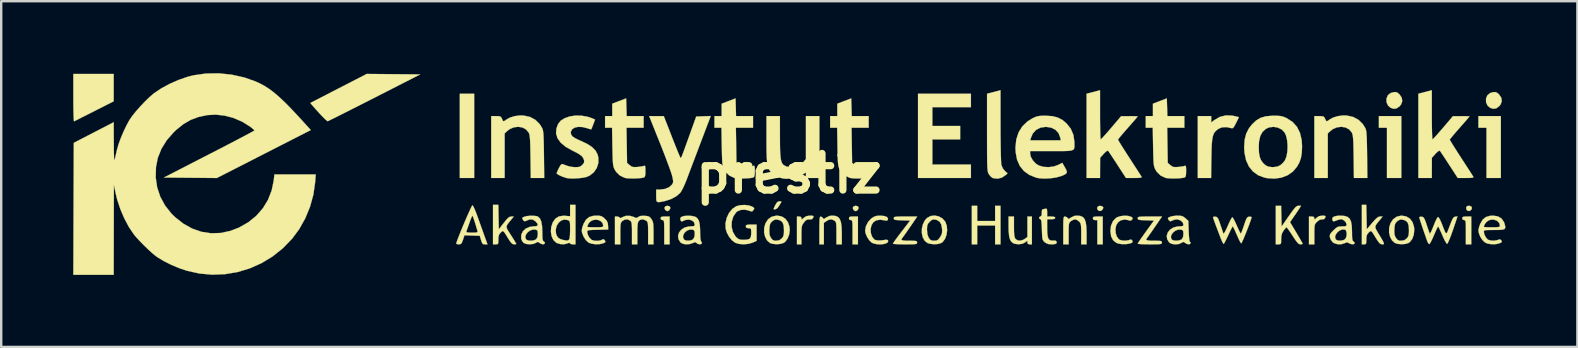
<source format=kicad_pcb>
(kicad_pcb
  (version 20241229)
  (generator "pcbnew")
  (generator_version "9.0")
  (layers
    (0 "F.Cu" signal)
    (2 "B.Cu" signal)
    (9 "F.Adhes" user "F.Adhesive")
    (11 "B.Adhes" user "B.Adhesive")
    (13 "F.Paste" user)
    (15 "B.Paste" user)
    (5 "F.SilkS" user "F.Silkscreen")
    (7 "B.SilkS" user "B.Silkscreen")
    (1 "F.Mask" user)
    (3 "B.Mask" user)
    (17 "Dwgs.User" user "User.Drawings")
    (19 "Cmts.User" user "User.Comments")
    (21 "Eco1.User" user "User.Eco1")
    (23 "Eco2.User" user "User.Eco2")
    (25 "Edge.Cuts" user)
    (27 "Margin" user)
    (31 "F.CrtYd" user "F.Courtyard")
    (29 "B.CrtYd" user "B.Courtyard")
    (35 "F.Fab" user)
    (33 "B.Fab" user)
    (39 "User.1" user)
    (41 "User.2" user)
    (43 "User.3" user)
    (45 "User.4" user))
  (footprint "prestiz"
    (layer "F.Cu")
    (at 29.813 4.177)
    (property "Reference" "prestiz" (at 0 0 0) (layer "F.SilkS") (effects (font (size 1.524 1.524) (thickness 0.3))))
    (attr through_hole)
    (fp_poly (pts (xy -13.111 0.187) (xy -13.709 0.187) (xy -13.709 -3.324) (xy -13.111 -3.324) (xy -13.111 0.187)) (stroke (width 0.01) (type solid)) (fill yes) (layer "F.SilkS"))
    (fp_poly (pts (xy 25.512 0.187) (xy 24.914 0.187) (xy 24.914 -1.905) (xy 24.578 -1.905) (xy 24.578 -2.391) (xy 25.512 -2.391) (xy 25.512 0.187)) (stroke (width 0.01) (type solid)) (fill yes) (layer "F.SilkS"))
    (fp_poly (pts (xy 29.658 0.187) (xy 29.061 0.187) (xy 29.061 -1.905) (xy 28.724 -1.905) (xy 28.724 -2.391) (xy 29.658 -2.391) (xy 29.658 0.187)) (stroke (width 0.01) (type solid)) (fill yes) (layer "F.SilkS"))
    (fp_poly (pts (xy -4.981 1.364) (xy -4.944 1.401) (xy -4.949 1.476) (xy -4.999 1.543) (xy -5.061 1.569) (xy -5.123 1.543) (xy -5.154 1.513) (xy -5.185 1.435) (xy -5.152 1.372) (xy -5.066 1.345) (xy -5.061 1.345) (xy -4.981 1.364)) (stroke (width 0.01) (type solid)) (fill yes) (layer "F.SilkS"))
    (fp_poly (pts (xy 2.863 1.364) (xy 2.9 1.401) (xy 2.895 1.476) (xy 2.845 1.543) (xy 2.783 1.569) (xy 2.721 1.543) (xy 2.69 1.513) (xy 2.66 1.435) (xy 2.693 1.372) (xy 2.778 1.345) (xy 2.783 1.345) (xy 2.863 1.364)) (stroke (width 0.01) (type solid)) (fill yes) (layer "F.SilkS"))
    (fp_poly (pts (xy 13.074 2.951) (xy 12.849 2.951) (xy 12.849 1.942) (xy 12.756 1.942) (xy 12.683 1.925) (xy 12.663 1.868) (xy 12.672 1.824) (xy 12.71 1.802) (xy 12.796 1.794) (xy 12.868 1.793) (xy 13.074 1.793) (xy 13.074 2.951)) (stroke (width 0.01) (type solid)) (fill yes) (layer "F.SilkS"))
    (fp_poly (pts (xy 28.421 1.37) (xy 28.455 1.433) (xy 28.427 1.512) (xy 28.425 1.513) (xy 28.35 1.563) (xy 28.272 1.556) (xy 28.221 1.497) (xy 28.22 1.494) (xy 28.214 1.402) (xy 28.268 1.354) (xy 28.336 1.345) (xy 28.421 1.37)) (stroke (width 0.01) (type solid)) (fill yes) (layer "F.SilkS"))
    (fp_poly (pts (xy 7.583 -2.764) (xy 5.976 -2.764) (xy 5.976 -1.98) (xy 7.134 -1.98) (xy 7.134 -1.419) (xy 5.976 -1.419) (xy 5.976 -0.374) (xy 7.583 -0.374) (xy 7.583 0.187) (xy 5.379 0.187) (xy 5.379 -3.324) (xy 7.583 -3.324) (xy 7.583 -2.764)) (stroke (width 0.01) (type solid)) (fill yes) (layer "F.SilkS"))
    (fp_poly (pts (xy 7.844 1.98) (xy 8.591 1.98) (xy 8.591 1.345) (xy 8.815 1.345) (xy 8.815 2.951) (xy 8.591 2.951) (xy 8.591 2.166) (xy 7.844 2.166) (xy 7.844 2.951) (xy 7.62 2.951) (xy 7.62 1.345) (xy 7.844 1.345) (xy 7.844 1.98)) (stroke (width 0.01) (type solid)) (fill yes) (layer "F.SilkS"))
    (fp_poly (pts (xy 13.052 1.369) (xy 13.068 1.378) (xy 13.099 1.419) (xy 13.077 1.487) (xy 13.076 1.489) (xy 13.009 1.555) (xy 12.928 1.562) (xy 12.859 1.511) (xy 12.852 1.5) (xy 12.84 1.422) (xy 12.883 1.367) (xy 12.96 1.346) (xy 13.052 1.369)) (stroke (width 0.01) (type solid)) (fill yes) (layer "F.SilkS"))
    (fp_poly (pts (xy -0.321 1.163) (xy -0.316 1.193) (xy -0.345 1.242) (xy -0.41 1.343) (xy -0.452 1.41) (xy -0.503 1.462) (xy -0.569 1.493) (xy -0.621 1.496) (xy -0.635 1.474) (xy -0.619 1.431) (xy -0.58 1.347) (xy -0.56 1.306) (xy -0.498 1.207) (xy -0.434 1.164) (xy -0.387 1.158) (xy -0.321 1.163)) (stroke (width 0.01) (type solid)) (fill yes) (layer "F.SilkS"))
    (fp_poly (pts (xy -28.127 -3.577) (xy -28.127 -3.007) (xy -28.939 -2.596) (xy -29.165 -2.481) (xy -29.37 -2.378) (xy -29.543 -2.291) (xy -29.675 -2.224) (xy -29.757 -2.183) (xy -29.779 -2.173) (xy -29.786 -2.205) (xy -29.793 -2.303) (xy -29.799 -2.456) (xy -29.804 -2.655) (xy -29.807 -2.891) (xy -29.808 -3.153) (xy -29.808 -4.146) (xy -28.127 -4.146) (xy -28.127 -3.577)) (stroke (width 0.01) (type solid)) (fill yes) (layer "F.SilkS"))
    (fp_poly (pts (xy -4.968 2.951) (xy -5.192 2.951) (xy -5.192 2.447) (xy -5.193 2.244) (xy -5.196 2.104) (xy -5.203 2.016) (xy -5.215 1.967) (xy -5.236 1.947) (xy -5.265 1.942) (xy -5.267 1.942) (xy -5.329 1.916) (xy -5.341 1.868) (xy -5.332 1.823) (xy -5.29 1.8) (xy -5.198 1.793) (xy -5.155 1.793) (xy -4.968 1.793) (xy -4.968 2.951)) (stroke (width 0.01) (type solid)) (fill yes) (layer "F.SilkS"))
    (fp_poly (pts (xy 2.876 2.951) (xy 2.652 2.951) (xy 2.652 2.447) (xy 2.651 2.244) (xy 2.649 2.104) (xy 2.642 2.016) (xy 2.629 1.967) (xy 2.608 1.947) (xy 2.579 1.942) (xy 2.577 1.942) (xy 2.515 1.916) (xy 2.503 1.868) (xy 2.512 1.823) (xy 2.554 1.8) (xy 2.646 1.793) (xy 2.689 1.793) (xy 2.876 1.793) (xy 2.876 2.951)) (stroke (width 0.01) (type solid)) (fill yes) (layer "F.SilkS"))
    (fp_poly (pts (xy 25.359 -3.362) (xy 25.436 -3.295) (xy 25.53 -3.158) (xy 25.552 -3.014) (xy 25.501 -2.874) (xy 25.44 -2.799) (xy 25.316 -2.711) (xy 25.186 -2.696) (xy 25.064 -2.738) (xy 24.958 -2.83) (xy 24.897 -2.964) (xy 24.893 -3.116) (xy 24.893 -3.117) (xy 24.951 -3.258) (xy 25.063 -3.349) (xy 25.188 -3.387) (xy 25.284 -3.392) (xy 25.359 -3.362)) (stroke (width 0.01) (type solid)) (fill yes) (layer "F.SilkS"))
    (fp_poly (pts (xy 28.426 2.951) (xy 28.201 2.951) (xy 28.201 2.447) (xy 28.201 2.244) (xy 28.198 2.104) (xy 28.191 2.016) (xy 28.178 1.967) (xy 28.158 1.947) (xy 28.128 1.942) (xy 28.127 1.942) (xy 28.064 1.916) (xy 28.052 1.868) (xy 28.062 1.823) (xy 28.104 1.8) (xy 28.196 1.793) (xy 28.239 1.793) (xy 28.426 1.793) (xy 28.426 2.951)) (stroke (width 0.01) (type solid)) (fill yes) (layer "F.SilkS"))
    (fp_poly (pts (xy 29.505 -3.362) (xy 29.582 -3.295) (xy 29.676 -3.158) (xy 29.698 -3.014) (xy 29.647 -2.874) (xy 29.586 -2.799) (xy 29.462 -2.711) (xy 29.332 -2.696) (xy 29.21 -2.738) (xy 29.104 -2.83) (xy 29.043 -2.964) (xy 29.039 -3.116) (xy 29.039 -3.117) (xy 29.097 -3.258) (xy 29.209 -3.349) (xy 29.334 -3.387) (xy 29.431 -3.392) (xy 29.505 -3.362)) (stroke (width 0.01) (type solid)) (fill yes) (layer "F.SilkS"))
    (fp_poly (pts (xy 18.473 -2.41) (xy 18.583 -2.387) (xy 18.747 -2.346) (xy 18.628 -2.105) (xy 18.562 -1.978) (xy 18.514 -1.909) (xy 18.473 -1.884) (xy 18.434 -1.889) (xy 18.229 -1.932) (xy 18.041 -1.922) (xy 17.895 -1.861) (xy 17.811 -1.798) (xy 17.745 -1.731) (xy 17.695 -1.65) (xy 17.659 -1.545) (xy 17.634 -1.407) (xy 17.617 -1.224) (xy 17.607 -0.989) (xy 17.601 -0.689) (xy 17.6 -0.644) (xy 17.588 0.187) (xy 17.033 0.187) (xy 17.033 -2.391) (xy 17.593 -2.391) (xy 17.593 -2.125) (xy 17.724 -2.225) (xy 17.954 -2.358) (xy 18.203 -2.42) (xy 18.473 -2.41)) (stroke (width 0.01) (type solid)) (fill yes) (layer "F.SilkS"))
    (fp_poly (pts (xy -15.36 -4.128) (xy -17.265 -3.156) (xy -17.616 -2.978) (xy -17.947 -2.81) (xy -18.253 -2.655) (xy -18.527 -2.517) (xy -18.764 -2.398) (xy -18.957 -2.302) (xy -19.1 -2.231) (xy -19.187 -2.189) (xy -19.213 -2.178) (xy -19.252 -2.202) (xy -19.33 -2.272) (xy -19.437 -2.379) (xy -19.562 -2.511) (xy -19.598 -2.552) (xy -19.722 -2.69) (xy -19.825 -2.806) (xy -19.898 -2.891) (xy -19.933 -2.934) (xy -19.934 -2.937) (xy -19.901 -2.954) (xy -19.808 -3.002) (xy -19.665 -3.077) (xy -19.477 -3.173) (xy -19.253 -3.289) (xy -19.001 -3.419) (xy -18.757 -3.545) (xy -17.586 -4.147) (xy -15.36 -4.128)) (stroke (width 0.01) (type solid)) (fill yes) (layer "F.SilkS"))
    (fp_poly (pts (xy 0.981 1.759) (xy 1.022 1.775) (xy 1.021 1.814) (xy 1.012 1.84) (xy 0.967 1.902) (xy 0.884 1.915) (xy 0.873 1.914) (xy 0.786 1.914) (xy 0.721 1.942) (xy 0.651 2.011) (xy 0.606 2.069) (xy 0.568 2.126) (xy 0.543 2.192) (xy 0.53 2.283) (xy 0.524 2.417) (xy 0.523 2.564) (xy 0.523 2.951) (xy 0.336 2.951) (xy 0.336 1.793) (xy 0.43 1.793) (xy 0.503 1.811) (xy 0.523 1.866) (xy 0.528 1.909) (xy 0.553 1.907) (xy 0.614 1.854) (xy 0.622 1.847) (xy 0.726 1.779) (xy 0.859 1.756) (xy 0.882 1.756) (xy 0.981 1.759)) (stroke (width 0.01) (type solid)) (fill yes) (layer "F.SilkS"))
    (fp_poly (pts (xy 9.376 2.214) (xy 9.378 2.419) (xy 9.388 2.562) (xy 9.406 2.657) (xy 9.433 2.718) (xy 9.434 2.718) (xy 9.522 2.786) (xy 9.643 2.798) (xy 9.776 2.756) (xy 9.827 2.724) (xy 9.936 2.647) (xy 9.936 1.793) (xy 10.123 1.793) (xy 10.123 2.951) (xy 10.029 2.951) (xy 9.956 2.934) (xy 9.936 2.874) (xy 9.936 2.796) (xy 9.837 2.873) (xy 9.716 2.93) (xy 9.562 2.949) (xy 9.408 2.928) (xy 9.35 2.906) (xy 9.268 2.845) (xy 9.211 2.747) (xy 9.174 2.602) (xy 9.155 2.4) (xy 9.151 2.208) (xy 9.151 1.793) (xy 9.376 1.793) (xy 9.376 2.214)) (stroke (width 0.01) (type solid)) (fill yes) (layer "F.SilkS"))
    (fp_poly (pts (xy 22.316 1.759) (xy 22.352 1.778) (xy 22.347 1.823) (xy 22.341 1.84) (xy 22.295 1.903) (xy 22.211 1.912) (xy 22.211 1.912) (xy 22.113 1.927) (xy 22.009 2.004) (xy 22.001 2.011) (xy 21.952 2.063) (xy 21.92 2.111) (xy 21.901 2.173) (xy 21.892 2.265) (xy 21.889 2.403) (xy 21.889 2.537) (xy 21.889 2.951) (xy 21.665 2.951) (xy 21.665 1.793) (xy 21.777 1.793) (xy 21.859 1.805) (xy 21.888 1.849) (xy 21.889 1.866) (xy 21.894 1.91) (xy 21.919 1.905) (xy 21.979 1.849) (xy 21.981 1.847) (xy 22.085 1.777) (xy 22.22 1.756) (xy 22.222 1.756) (xy 22.316 1.759)) (stroke (width 0.01) (type solid)) (fill yes) (layer "F.SilkS"))
    (fp_poly (pts (xy 1.94 1.768) (xy 2.044 1.812) (xy 2.118 1.894) (xy 2.167 2.024) (xy 2.194 2.21) (xy 2.204 2.459) (xy 2.204 2.52) (xy 2.204 2.951) (xy 1.98 2.951) (xy 1.98 2.486) (xy 1.979 2.292) (xy 1.975 2.158) (xy 1.966 2.071) (xy 1.949 2.018) (xy 1.923 1.984) (xy 1.897 1.963) (xy 1.781 1.911) (xy 1.666 1.925) (xy 1.565 1.982) (xy 1.457 2.059) (xy 1.457 2.951) (xy 1.27 2.951) (xy 1.27 2.372) (xy 1.271 2.147) (xy 1.275 1.988) (xy 1.282 1.882) (xy 1.294 1.822) (xy 1.312 1.796) (xy 1.324 1.793) (xy 1.386 1.822) (xy 1.413 1.855) (xy 1.443 1.892) (xy 1.482 1.886) (xy 1.551 1.836) (xy 1.695 1.768) (xy 1.8 1.756) (xy 1.94 1.768)) (stroke (width 0.01) (type solid)) (fill yes) (layer "F.SilkS"))
    (fp_poly (pts (xy 8.816 -1.986) (xy 8.817 -1.654) (xy 8.82 -1.341) (xy 8.824 -1.055) (xy 8.829 -0.805) (xy 8.835 -0.601) (xy 8.842 -0.451) (xy 8.85 -0.365) (xy 8.852 -0.355) (xy 8.911 -0.213) (xy 8.997 -0.106) (xy 9.108 -0.007) (xy 9.027 0.069) (xy 8.867 0.174) (xy 8.688 0.217) (xy 8.511 0.194) (xy 8.489 0.186) (xy 8.414 0.132) (xy 8.339 0.044) (xy 8.33 0.029) (xy 8.312 -0.003) (xy 8.297 -0.04) (xy 8.285 -0.089) (xy 8.276 -0.157) (xy 8.268 -0.25) (xy 8.263 -0.377) (xy 8.259 -0.543) (xy 8.257 -0.757) (xy 8.256 -1.025) (xy 8.255 -1.354) (xy 8.255 -1.707) (xy 8.255 -3.322) (xy 8.414 -3.363) (xy 8.546 -3.397) (xy 8.673 -3.43) (xy 8.694 -3.436) (xy 8.815 -3.468) (xy 8.816 -1.986)) (stroke (width 0.01) (type solid)) (fill yes) (layer "F.SilkS"))
    (fp_poly (pts (xy 3.972 1.771) (xy 4.081 1.811) (xy 4.129 1.873) (xy 4.123 1.922) (xy 4.087 1.965) (xy 4.014 1.96) (xy 4.001 1.956) (xy 3.808 1.925) (xy 3.643 1.951) (xy 3.524 2.025) (xy 3.443 2.15) (xy 3.406 2.305) (xy 3.412 2.468) (xy 3.458 2.618) (xy 3.542 2.733) (xy 3.59 2.766) (xy 3.699 2.791) (xy 3.875 2.784) (xy 4.051 2.758) (xy 4.119 2.774) (xy 4.138 2.811) (xy 4.118 2.87) (xy 4.041 2.914) (xy 3.926 2.943) (xy 3.788 2.953) (xy 3.646 2.943) (xy 3.517 2.911) (xy 3.451 2.88) (xy 3.351 2.787) (xy 3.261 2.651) (xy 3.197 2.501) (xy 3.175 2.38) (xy 3.208 2.199) (xy 3.297 2.023) (xy 3.426 1.88) (xy 3.448 1.864) (xy 3.557 1.796) (xy 3.664 1.764) (xy 3.806 1.757) (xy 3.972 1.771)) (stroke (width 0.01) (type solid)) (fill yes) (layer "F.SilkS"))
    (fp_poly (pts (xy 14.133 1.767) (xy 14.258 1.804) (xy 14.26 1.805) (xy 14.317 1.848) (xy 14.313 1.893) (xy 14.296 1.918) (xy 14.25 1.961) (xy 14.187 1.959) (xy 14.137 1.942) (xy 13.976 1.917) (xy 13.82 1.955) (xy 13.709 2.035) (xy 13.635 2.159) (xy 13.604 2.312) (xy 13.612 2.474) (xy 13.657 2.621) (xy 13.738 2.733) (xy 13.781 2.763) (xy 13.89 2.794) (xy 14.027 2.799) (xy 14.154 2.78) (xy 14.195 2.764) (xy 14.259 2.748) (xy 14.304 2.798) (xy 14.32 2.85) (xy 14.286 2.886) (xy 14.225 2.91) (xy 14.055 2.944) (xy 13.866 2.944) (xy 13.695 2.91) (xy 13.641 2.888) (xy 13.508 2.783) (xy 13.425 2.624) (xy 13.394 2.409) (xy 13.393 2.391) (xy 13.419 2.173) (xy 13.497 1.991) (xy 13.621 1.857) (xy 13.672 1.824) (xy 13.808 1.778) (xy 13.972 1.758) (xy 14.133 1.767)) (stroke (width 0.01) (type solid)) (fill yes) (layer "F.SilkS"))
    (fp_poly (pts (xy 12.137 1.768) (xy 12.241 1.812) (xy 12.316 1.894) (xy 12.364 2.024) (xy 12.391 2.21) (xy 12.401 2.459) (xy 12.401 2.52) (xy 12.401 2.951) (xy 12.177 2.951) (xy 12.177 2.52) (xy 12.176 2.333) (xy 12.171 2.205) (xy 12.16 2.121) (xy 12.14 2.064) (xy 12.108 2.02) (xy 12.085 1.997) (xy 11.978 1.921) (xy 11.871 1.916) (xy 11.753 1.982) (xy 11.753 1.982) (xy 11.711 2.018) (xy 11.683 2.057) (xy 11.666 2.114) (xy 11.658 2.203) (xy 11.655 2.34) (xy 11.654 2.505) (xy 11.654 2.951) (xy 11.43 2.951) (xy 11.43 2.372) (xy 11.43 2.152) (xy 11.433 1.997) (xy 11.439 1.894) (xy 11.449 1.833) (xy 11.465 1.803) (xy 11.489 1.794) (xy 11.503 1.793) (xy 11.581 1.822) (xy 11.611 1.855) (xy 11.64 1.892) (xy 11.679 1.886) (xy 11.748 1.836) (xy 11.892 1.768) (xy 11.998 1.756) (xy 12.137 1.768)) (stroke (width 0.01) (type solid)) (fill yes) (layer "F.SilkS"))
    (fp_poly (pts (xy 24.074 2.324) (xy 24.298 2.059) (xy 24.414 1.927) (xy 24.5 1.846) (xy 24.568 1.805) (xy 24.628 1.794) (xy 24.734 1.793) (xy 24.609 1.946) (xy 24.51 2.067) (xy 24.45 2.153) (xy 24.429 2.223) (xy 24.445 2.298) (xy 24.498 2.399) (xy 24.584 2.541) (xy 24.684 2.709) (xy 24.75 2.824) (xy 24.783 2.895) (xy 24.788 2.933) (xy 24.767 2.948) (xy 24.724 2.951) (xy 24.713 2.951) (xy 24.652 2.938) (xy 24.594 2.892) (xy 24.524 2.799) (xy 24.476 2.724) (xy 24.38 2.568) (xy 24.315 2.467) (xy 24.27 2.413) (xy 24.236 2.398) (xy 24.204 2.414) (xy 24.162 2.453) (xy 24.152 2.462) (xy 24.092 2.532) (xy 24.063 2.615) (xy 24.055 2.739) (xy 24.055 2.752) (xy 24.053 2.867) (xy 24.039 2.926) (xy 24.006 2.948) (xy 23.962 2.951) (xy 23.869 2.951) (xy 23.869 1.307) (xy 24.053 1.307) (xy 24.074 2.324)) (stroke (width 0.01) (type solid)) (fill yes) (layer "F.SilkS"))
    (fp_poly (pts (xy -0.373 -1.541) (xy -0.372 -1.221) (xy -0.367 -0.968) (xy -0.356 -0.771) (xy -0.341 -0.623) (xy -0.318 -0.513) (xy -0.286 -0.434) (xy -0.246 -0.377) (xy -0.225 -0.356) (xy -0.101 -0.289) (xy 0.061 -0.267) (xy 0.238 -0.286) (xy 0.411 -0.343) (xy 0.559 -0.435) (xy 0.615 -0.491) (xy 0.71 -0.603) (xy 0.71 -2.391) (xy 1.27 -2.391) (xy 1.27 0.187) (xy 0.71 0.187) (xy 0.71 -0.043) (xy 0.586 0.033) (xy 0.446 0.099) (xy 0.265 0.159) (xy 0.075 0.203) (xy -0.088 0.222) (xy -0.111 0.222) (xy -0.233 0.208) (xy -0.372 0.178) (xy -0.407 0.168) (xy -0.541 0.107) (xy -0.67 0.019) (xy -0.695 -0.003) (xy -0.762 -0.074) (xy -0.815 -0.148) (xy -0.856 -0.234) (xy -0.887 -0.342) (xy -0.908 -0.48) (xy -0.922 -0.659) (xy -0.93 -0.887) (xy -0.933 -1.173) (xy -0.934 -1.426) (xy -0.934 -2.391) (xy -0.374 -2.391) (xy -0.373 -1.541)) (stroke (width 0.01) (type solid)) (fill yes) (layer "F.SilkS"))
    (fp_poly (pts (xy -12.094 1.817) (xy -12.084 2.326) (xy -11.878 2.061) (xy -11.771 1.928) (xy -11.692 1.847) (xy -11.629 1.806) (xy -11.567 1.794) (xy -11.567 1.794) (xy -11.461 1.793) (xy -11.586 1.946) (xy -11.681 2.061) (xy -11.74 2.144) (xy -11.763 2.213) (xy -11.749 2.286) (xy -11.699 2.381) (xy -11.612 2.517) (xy -11.578 2.57) (xy -11.488 2.711) (xy -11.416 2.828) (xy -11.369 2.907) (xy -11.355 2.934) (xy -11.387 2.947) (xy -11.449 2.951) (xy -11.509 2.937) (xy -11.569 2.886) (xy -11.643 2.786) (xy -11.682 2.724) (xy -11.778 2.568) (xy -11.843 2.467) (xy -11.888 2.413) (xy -11.921 2.398) (xy -11.954 2.414) (xy -11.996 2.453) (xy -12.006 2.462) (xy -12.065 2.532) (xy -12.094 2.615) (xy -12.102 2.739) (xy -12.102 2.752) (xy -12.104 2.867) (xy -12.118 2.926) (xy -12.152 2.948) (xy -12.214 2.951) (xy -12.326 2.951) (xy -12.326 1.307) (xy -12.104 1.307) (xy -12.094 1.817)) (stroke (width 0.01) (type solid)) (fill yes) (layer "F.SilkS"))
    (fp_poly (pts (xy -11.049 -2.414) (xy -10.783 -2.355) (xy -10.561 -2.236) (xy -10.381 -2.056) (xy -10.286 -1.905) (xy -10.264 -1.858) (xy -10.247 -1.801) (xy -10.234 -1.724) (xy -10.225 -1.617) (xy -10.217 -1.472) (xy -10.212 -1.278) (xy -10.207 -1.026) (xy -10.204 -0.794) (xy -10.193 0.187) (xy -10.752 0.187) (xy -10.764 -0.7) (xy -10.769 -0.989) (xy -10.774 -1.212) (xy -10.781 -1.381) (xy -10.791 -1.504) (xy -10.803 -1.593) (xy -10.82 -1.657) (xy -10.841 -1.706) (xy -10.842 -1.708) (xy -10.952 -1.837) (xy -11.102 -1.917) (xy -11.276 -1.945) (xy -11.459 -1.922) (xy -11.634 -1.846) (xy -11.738 -1.765) (xy -11.841 -1.667) (xy -11.841 0.187) (xy -12.401 0.187) (xy -12.401 -2.391) (xy -12.2 -2.391) (xy -12.082 -2.387) (xy -12.015 -2.37) (xy -11.977 -2.329) (xy -11.953 -2.279) (xy -11.915 -2.197) (xy -11.88 -2.174) (xy -11.823 -2.205) (xy -11.776 -2.242) (xy -11.619 -2.329) (xy -11.419 -2.39) (xy -11.202 -2.418) (xy -11.049 -2.414)) (stroke (width 0.01) (type solid)) (fill yes) (layer "F.SilkS"))
    (fp_poly (pts (xy -6.769 -2.759) (xy -6.758 -2.391) (xy -6.051 -2.391) (xy -6.051 -1.905) (xy -6.765 -1.905) (xy -6.742 -0.442) (xy -6.633 -0.348) (xy -6.558 -0.293) (xy -6.482 -0.268) (xy -6.376 -0.267) (xy -6.315 -0.271) (xy -6.187 -0.286) (xy -6.082 -0.304) (xy -6.042 -0.316) (xy -6.007 -0.324) (xy -5.987 -0.298) (xy -5.978 -0.226) (xy -5.976 -0.101) (xy -5.98 0.036) (xy -5.995 0.117) (xy -6.024 0.157) (xy -6.042 0.167) (xy -6.136 0.187) (xy -6.279 0.201) (xy -6.447 0.207) (xy -6.613 0.206) (xy -6.754 0.197) (xy -6.834 0.183) (xy -7.04 0.085) (xy -7.196 -0.066) (xy -7.256 -0.162) (xy -7.283 -0.219) (xy -7.304 -0.28) (xy -7.32 -0.356) (xy -7.331 -0.459) (xy -7.339 -0.6) (xy -7.345 -0.789) (xy -7.35 -1.039) (xy -7.352 -1.111) (xy -7.366 -1.905) (xy -7.657 -1.905) (xy -7.657 -2.391) (xy -7.359 -2.391) (xy -7.359 -2.907) (xy -7.069 -3.018) (xy -6.78 -3.128) (xy -6.769 -2.759)) (stroke (width 0.01) (type solid)) (fill yes) (layer "F.SilkS"))
    (fp_poly (pts (xy -2.212 -2.759) (xy -2.201 -2.391) (xy -1.494 -2.391) (xy -1.494 -1.905) (xy -2.208 -1.905) (xy -2.185 -0.442) (xy -2.076 -0.348) (xy -2.001 -0.293) (xy -1.925 -0.268) (xy -1.819 -0.267) (xy -1.758 -0.271) (xy -1.63 -0.286) (xy -1.525 -0.304) (xy -1.485 -0.316) (xy -1.45 -0.324) (xy -1.43 -0.298) (xy -1.421 -0.226) (xy -1.419 -0.101) (xy -1.423 0.036) (xy -1.438 0.117) (xy -1.467 0.157) (xy -1.485 0.167) (xy -1.579 0.187) (xy -1.722 0.201) (xy -1.889 0.207) (xy -2.056 0.206) (xy -2.197 0.197) (xy -2.277 0.183) (xy -2.483 0.085) (xy -2.639 -0.066) (xy -2.698 -0.162) (xy -2.726 -0.219) (xy -2.747 -0.28) (xy -2.763 -0.356) (xy -2.774 -0.459) (xy -2.782 -0.6) (xy -2.788 -0.789) (xy -2.793 -1.039) (xy -2.795 -1.111) (xy -2.809 -1.905) (xy -3.1 -1.905) (xy -3.1 -2.391) (xy -2.801 -2.391) (xy -2.801 -2.907) (xy -2.512 -3.018) (xy -2.223 -3.128) (xy -2.212 -2.759)) (stroke (width 0.01) (type solid)) (fill yes) (layer "F.SilkS"))
    (fp_poly (pts (xy 2.607 -2.759) (xy 2.617 -2.391) (xy 3.324 -2.391) (xy 3.324 -1.905) (xy 2.61 -1.905) (xy 2.633 -0.442) (xy 2.743 -0.348) (xy 2.818 -0.293) (xy 2.893 -0.268) (xy 3 -0.267) (xy 3.06 -0.271) (xy 3.189 -0.286) (xy 3.293 -0.304) (xy 3.334 -0.316) (xy 3.369 -0.324) (xy 3.389 -0.298) (xy 3.397 -0.226) (xy 3.399 -0.101) (xy 3.395 0.036) (xy 3.381 0.117) (xy 3.352 0.157) (xy 3.334 0.167) (xy 3.24 0.187) (xy 3.097 0.201) (xy 2.929 0.207) (xy 2.762 0.206) (xy 2.621 0.197) (xy 2.541 0.183) (xy 2.335 0.085) (xy 2.18 -0.066) (xy 2.12 -0.162) (xy 2.092 -0.219) (xy 2.072 -0.28) (xy 2.056 -0.356) (xy 2.045 -0.459) (xy 2.037 -0.6) (xy 2.03 -0.789) (xy 2.025 -1.039) (xy 2.024 -1.111) (xy 2.01 -1.905) (xy 1.718 -1.905) (xy 1.718 -2.391) (xy 2.017 -2.391) (xy 2.017 -2.907) (xy 2.307 -3.018) (xy 2.596 -3.128) (xy 2.607 -2.759)) (stroke (width 0.01) (type solid)) (fill yes) (layer "F.SilkS"))
    (fp_poly (pts (xy 15.755 -2.759) (xy 15.766 -2.391) (xy 16.473 -2.391) (xy 16.473 -1.905) (xy 15.759 -1.905) (xy 15.782 -0.442) (xy 15.891 -0.348) (xy 15.966 -0.293) (xy 16.041 -0.268) (xy 16.148 -0.267) (xy 16.209 -0.271) (xy 16.337 -0.286) (xy 16.441 -0.304) (xy 16.482 -0.316) (xy 16.517 -0.324) (xy 16.537 -0.298) (xy 16.546 -0.226) (xy 16.547 -0.101) (xy 16.543 0.036) (xy 16.529 0.117) (xy 16.5 0.157) (xy 16.482 0.167) (xy 16.388 0.187) (xy 16.245 0.201) (xy 16.077 0.207) (xy 15.911 0.206) (xy 15.77 0.197) (xy 15.69 0.183) (xy 15.484 0.085) (xy 15.328 -0.066) (xy 15.268 -0.162) (xy 15.241 -0.219) (xy 15.22 -0.28) (xy 15.204 -0.356) (xy 15.193 -0.459) (xy 15.185 -0.6) (xy 15.179 -0.789) (xy 15.173 -1.039) (xy 15.172 -1.111) (xy 15.158 -1.905) (xy 14.866 -1.905) (xy 14.866 -2.391) (xy 15.165 -2.391) (xy 15.165 -2.907) (xy 15.455 -3.018) (xy 15.744 -3.128) (xy 15.755 -2.759)) (stroke (width 0.01) (type solid)) (fill yes) (layer "F.SilkS"))
    (fp_poly (pts (xy 23.241 -2.414) (xy 23.507 -2.355) (xy 23.729 -2.236) (xy 23.909 -2.056) (xy 24.004 -1.905) (xy 24.026 -1.858) (xy 24.043 -1.801) (xy 24.056 -1.724) (xy 24.065 -1.617) (xy 24.073 -1.472) (xy 24.078 -1.278) (xy 24.083 -1.026) (xy 24.086 -0.794) (xy 24.097 0.187) (xy 23.538 0.187) (xy 23.526 -0.7) (xy 23.521 -0.989) (xy 23.516 -1.212) (xy 23.509 -1.381) (xy 23.499 -1.504) (xy 23.487 -1.593) (xy 23.47 -1.657) (xy 23.449 -1.706) (xy 23.448 -1.708) (xy 23.338 -1.837) (xy 23.188 -1.917) (xy 23.014 -1.945) (xy 22.831 -1.922) (xy 22.656 -1.846) (xy 22.552 -1.765) (xy 22.449 -1.667) (xy 22.449 0.187) (xy 21.889 0.187) (xy 21.889 -2.391) (xy 22.09 -2.391) (xy 22.208 -2.387) (xy 22.275 -2.37) (xy 22.313 -2.329) (xy 22.337 -2.279) (xy 22.375 -2.197) (xy 22.41 -2.174) (xy 22.467 -2.205) (xy 22.514 -2.242) (xy 22.671 -2.329) (xy 22.871 -2.39) (xy 23.088 -2.418) (xy 23.241 -2.414)) (stroke (width 0.01) (type solid)) (fill yes) (layer "F.SilkS"))
    (fp_poly (pts (xy 5.058 2.213) (xy 4.947 2.373) (xy 4.849 2.514) (xy 4.771 2.622) (xy 4.724 2.686) (xy 4.719 2.692) (xy 4.689 2.74) (xy 4.701 2.772) (xy 4.764 2.791) (xy 4.886 2.8) (xy 5.03 2.801) (xy 5.183 2.803) (xy 5.275 2.81) (xy 5.323 2.825) (xy 5.34 2.853) (xy 5.341 2.876) (xy 5.337 2.906) (xy 5.318 2.927) (xy 5.27 2.94) (xy 5.184 2.947) (xy 5.047 2.95) (xy 4.847 2.951) (xy 4.837 2.951) (xy 4.653 2.949) (xy 4.499 2.944) (xy 4.389 2.936) (xy 4.336 2.926) (xy 4.333 2.923) (xy 4.355 2.885) (xy 4.415 2.799) (xy 4.505 2.675) (xy 4.618 2.525) (xy 4.692 2.428) (xy 5.05 1.961) (xy 4.71 1.95) (xy 4.549 1.944) (xy 4.448 1.934) (xy 4.395 1.919) (xy 4.373 1.893) (xy 4.37 1.866) (xy 4.375 1.836) (xy 4.396 1.816) (xy 4.445 1.803) (xy 4.536 1.796) (xy 4.678 1.793) (xy 4.858 1.793) (xy 5.346 1.793) (xy 5.058 2.213)) (stroke (width 0.01) (type solid)) (fill yes) (layer "F.SilkS"))
    (fp_poly (pts (xy 15.255 2.213) (xy 15.145 2.373) (xy 15.046 2.514) (xy 14.969 2.622) (xy 14.922 2.686) (xy 14.916 2.692) (xy 14.886 2.74) (xy 14.898 2.772) (xy 14.961 2.791) (xy 15.083 2.8) (xy 15.228 2.801) (xy 15.38 2.803) (xy 15.473 2.81) (xy 15.52 2.825) (xy 15.537 2.853) (xy 15.539 2.876) (xy 15.535 2.906) (xy 15.515 2.927) (xy 15.468 2.94) (xy 15.381 2.947) (xy 15.244 2.95) (xy 15.044 2.951) (xy 15.035 2.951) (xy 14.85 2.949) (xy 14.696 2.944) (xy 14.586 2.936) (xy 14.534 2.926) (xy 14.531 2.923) (xy 14.552 2.884) (xy 14.61 2.797) (xy 14.697 2.671) (xy 14.805 2.518) (xy 14.87 2.428) (xy 15.207 1.961) (xy 14.869 1.95) (xy 14.708 1.944) (xy 14.608 1.934) (xy 14.554 1.919) (xy 14.533 1.893) (xy 14.53 1.866) (xy 14.535 1.837) (xy 14.555 1.817) (xy 14.604 1.804) (xy 14.692 1.797) (xy 14.831 1.794) (xy 15.034 1.793) (xy 15.543 1.793) (xy 15.255 2.213)) (stroke (width 0.01) (type solid)) (fill yes) (layer "F.SilkS"))
    (fp_poly (pts (xy 20.515 1.776) (xy 20.525 2.207) (xy 20.824 1.777) (xy 20.946 1.604) (xy 21.036 1.484) (xy 21.103 1.407) (xy 21.155 1.365) (xy 21.202 1.348) (xy 21.23 1.346) (xy 21.337 1.345) (xy 21.271 1.447) (xy 21.218 1.529) (xy 21.138 1.647) (xy 21.048 1.778) (xy 21.041 1.788) (xy 20.876 2.026) (xy 21.14 2.467) (xy 21.236 2.629) (xy 21.316 2.767) (xy 21.374 2.87) (xy 21.402 2.924) (xy 21.403 2.929) (xy 21.371 2.945) (xy 21.308 2.951) (xy 21.259 2.941) (xy 21.208 2.905) (xy 21.144 2.831) (xy 21.059 2.711) (xy 20.985 2.596) (xy 20.892 2.455) (xy 20.812 2.34) (xy 20.755 2.265) (xy 20.73 2.241) (xy 20.695 2.269) (xy 20.636 2.34) (xy 20.605 2.383) (xy 20.542 2.495) (xy 20.513 2.613) (xy 20.507 2.738) (xy 20.505 2.858) (xy 20.494 2.922) (xy 20.463 2.946) (xy 20.403 2.951) (xy 20.395 2.951) (xy 20.283 2.951) (xy 20.283 1.345) (xy 20.504 1.345) (xy 20.515 1.776)) (stroke (width 0.01) (type solid)) (fill yes) (layer "F.SilkS"))
    (fp_poly (pts (xy -8.89 2.951) (xy -8.999 2.951) (xy -9.081 2.938) (xy -9.122 2.908) (xy -9.151 2.884) (xy -9.216 2.908) (xy -9.351 2.946) (xy -9.51 2.942) (xy -9.66 2.9) (xy -9.696 2.88) (xy -9.811 2.77) (xy -9.885 2.612) (xy -9.915 2.426) (xy -9.908 2.33) (xy -9.712 2.33) (xy -9.703 2.491) (xy -9.67 2.59) (xy -9.612 2.675) (xy -9.517 2.735) (xy -9.372 2.776) (xy -9.243 2.796) (xy -9.185 2.777) (xy -9.159 2.757) (xy -9.135 2.693) (xy -9.12 2.561) (xy -9.114 2.366) (xy -9.114 2.345) (xy -9.115 2.177) (xy -9.119 2.068) (xy -9.132 2.004) (xy -9.156 1.969) (xy -9.195 1.947) (xy -9.217 1.939) (xy -9.358 1.919) (xy -9.487 1.961) (xy -9.595 2.052) (xy -9.673 2.179) (xy -9.712 2.33) (xy -9.908 2.33) (xy -9.9 2.228) (xy -9.836 2.038) (xy -9.83 2.027) (xy -9.723 1.878) (xy -9.585 1.791) (xy -9.406 1.76) (xy -9.313 1.764) (xy -9.114 1.78) (xy -9.114 1.307) (xy -8.89 1.307) (xy -8.89 2.951)) (stroke (width 0.01) (type solid)) (fill yes) (layer "F.SilkS"))
    (fp_poly (pts (xy -0.298 1.79) (xy -0.148 1.885) (xy -0.038 2.032) (xy 0.025 2.221) (xy 0.037 2.361) (xy 0.012 2.54) (xy -0.052 2.706) (xy -0.144 2.836) (xy -0.219 2.892) (xy -0.358 2.935) (xy -0.527 2.947) (xy -0.691 2.928) (xy -0.793 2.892) (xy -0.91 2.789) (xy -0.991 2.637) (xy -1.029 2.471) (xy -0.815 2.471) (xy -0.798 2.578) (xy -0.757 2.668) (xy -0.75 2.68) (xy -0.684 2.763) (xy -0.607 2.797) (xy -0.53 2.801) (xy -0.4 2.781) (xy -0.299 2.708) (xy -0.296 2.705) (xy -0.246 2.641) (xy -0.219 2.568) (xy -0.207 2.461) (xy -0.205 2.351) (xy -0.218 2.168) (xy -0.26 2.044) (xy -0.341 1.966) (xy -0.466 1.922) (xy -0.47 1.921) (xy -0.571 1.919) (xy -0.662 1.965) (xy -0.692 1.99) (xy -0.753 2.052) (xy -0.787 2.122) (xy -0.805 2.225) (xy -0.812 2.32) (xy -0.815 2.471) (xy -1.029 2.471) (xy -1.033 2.456) (xy -1.029 2.263) (xy -0.978 2.08) (xy -0.869 1.91) (xy -0.72 1.803) (xy -0.529 1.757) (xy -0.479 1.756) (xy -0.298 1.79)) (stroke (width 0.01) (type solid)) (fill yes) (layer "F.SilkS"))
    (fp_poly (pts (xy 6.241 1.787) (xy 6.394 1.871) (xy 6.51 2.001) (xy 6.523 2.025) (xy 6.579 2.19) (xy 6.592 2.376) (xy 6.565 2.561) (xy 6.503 2.726) (xy 6.41 2.851) (xy 6.347 2.896) (xy 6.209 2.937) (xy 6.039 2.948) (xy 5.871 2.927) (xy 5.767 2.892) (xy 5.651 2.796) (xy 5.575 2.653) (xy 5.538 2.481) (xy 5.54 2.341) (xy 5.752 2.341) (xy 5.769 2.531) (xy 5.823 2.674) (xy 5.827 2.68) (xy 5.888 2.761) (xy 5.96 2.795) (xy 6.05 2.801) (xy 6.148 2.794) (xy 6.215 2.759) (xy 6.28 2.68) (xy 6.298 2.653) (xy 6.357 2.551) (xy 6.382 2.457) (xy 6.382 2.335) (xy 6.379 2.295) (xy 6.347 2.121) (xy 6.278 2.006) (xy 6.165 1.938) (xy 6.099 1.92) (xy 6.011 1.914) (xy 5.938 1.945) (xy 5.866 2.01) (xy 5.8 2.085) (xy 5.766 2.16) (xy 5.754 2.264) (xy 5.752 2.341) (xy 5.54 2.341) (xy 5.541 2.295) (xy 5.584 2.113) (xy 5.666 1.951) (xy 5.758 1.85) (xy 5.904 1.772) (xy 6.072 1.752) (xy 6.241 1.787)) (stroke (width 0.01) (type solid)) (fill yes) (layer "F.SilkS"))
    (fp_poly (pts (xy 25.72 1.789) (xy 25.872 1.883) (xy 25.981 2.031) (xy 26.041 2.227) (xy 26.051 2.353) (xy 26.03 2.558) (xy 25.965 2.732) (xy 25.865 2.858) (xy 25.808 2.896) (xy 25.674 2.936) (xy 25.508 2.947) (xy 25.346 2.929) (xy 25.242 2.892) (xy 25.125 2.789) (xy 25.044 2.637) (xy 25.006 2.471) (xy 25.22 2.471) (xy 25.237 2.578) (xy 25.278 2.668) (xy 25.285 2.68) (xy 25.351 2.763) (xy 25.428 2.797) (xy 25.505 2.801) (xy 25.635 2.781) (xy 25.736 2.708) (xy 25.739 2.705) (xy 25.789 2.641) (xy 25.816 2.568) (xy 25.828 2.461) (xy 25.83 2.351) (xy 25.817 2.168) (xy 25.775 2.044) (xy 25.694 1.966) (xy 25.569 1.922) (xy 25.565 1.921) (xy 25.464 1.919) (xy 25.373 1.965) (xy 25.343 1.99) (xy 25.282 2.052) (xy 25.247 2.122) (xy 25.23 2.225) (xy 25.223 2.32) (xy 25.22 2.471) (xy 25.006 2.471) (xy 25.002 2.456) (xy 25.006 2.263) (xy 25.057 2.08) (xy 25.167 1.911) (xy 25.317 1.801) (xy 25.5 1.757) (xy 25.531 1.756) (xy 25.72 1.789)) (stroke (width 0.01) (type solid)) (fill yes) (layer "F.SilkS"))
    (fp_poly (pts (xy 10.749 1.488) (xy 10.757 1.563) (xy 10.758 1.62) (xy 10.758 1.793) (xy 10.926 1.793) (xy 11.037 1.8) (xy 11.087 1.825) (xy 11.094 1.849) (xy 11.072 1.886) (xy 10.997 1.903) (xy 10.926 1.905) (xy 10.758 1.905) (xy 10.758 2.27) (xy 10.764 2.488) (xy 10.784 2.641) (xy 10.824 2.737) (xy 10.887 2.786) (xy 10.977 2.796) (xy 11.004 2.794) (xy 11.109 2.798) (xy 11.149 2.831) (xy 11.156 2.896) (xy 11.108 2.934) (xy 10.999 2.95) (xy 10.944 2.951) (xy 10.803 2.938) (xy 10.699 2.893) (xy 10.657 2.861) (xy 10.612 2.819) (xy 10.582 2.775) (xy 10.563 2.714) (xy 10.551 2.62) (xy 10.544 2.478) (xy 10.54 2.338) (xy 10.532 2.145) (xy 10.522 2.016) (xy 10.508 1.941) (xy 10.487 1.909) (xy 10.474 1.905) (xy 10.428 1.875) (xy 10.421 1.849) (xy 10.451 1.799) (xy 10.477 1.793) (xy 10.516 1.768) (xy 10.533 1.686) (xy 10.534 1.644) (xy 10.54 1.55) (xy 10.555 1.497) (xy 10.562 1.494) (xy 10.617 1.484) (xy 10.674 1.471) (xy 10.725 1.463) (xy 10.749 1.488)) (stroke (width 0.01) (type solid)) (fill yes) (layer "F.SilkS"))
    (fp_poly (pts (xy -1.665 1.332) (xy -1.541 1.375) (xy -1.463 1.421) (xy -1.443 1.459) (xy -1.469 1.511) (xy -1.476 1.521) (xy -1.518 1.571) (xy -1.562 1.582) (xy -1.638 1.557) (xy -1.669 1.545) (xy -1.828 1.508) (xy -1.992 1.517) (xy -2.134 1.569) (xy -2.197 1.618) (xy -2.317 1.796) (xy -2.38 2.002) (xy -2.386 2.219) (xy -2.336 2.429) (xy -2.23 2.612) (xy -2.185 2.661) (xy -2.102 2.728) (xy -2.009 2.758) (xy -1.897 2.764) (xy -1.739 2.756) (xy -1.64 2.724) (xy -1.589 2.656) (xy -1.57 2.541) (xy -1.569 2.483) (xy -1.571 2.366) (xy -1.583 2.305) (xy -1.616 2.282) (xy -1.68 2.279) (xy -1.681 2.279) (xy -1.763 2.267) (xy -1.792 2.223) (xy -1.793 2.204) (xy -1.785 2.162) (xy -1.749 2.14) (xy -1.668 2.13) (xy -1.569 2.129) (xy -1.345 2.129) (xy -1.345 2.805) (xy -1.503 2.877) (xy -1.682 2.931) (xy -1.883 2.95) (xy -2.079 2.934) (xy -2.239 2.884) (xy -2.242 2.882) (xy -2.373 2.781) (xy -2.494 2.63) (xy -2.587 2.457) (xy -2.636 2.292) (xy -2.64 2.065) (xy -2.588 1.843) (xy -2.491 1.64) (xy -2.356 1.475) (xy -2.19 1.363) (xy -2.179 1.359) (xy -2.024 1.32) (xy -1.842 1.311) (xy -1.665 1.332)) (stroke (width 0.01) (type solid)) (fill yes) (layer "F.SilkS"))
    (fp_poly (pts (xy -13.155 1.359) (xy -13.108 1.45) (xy -13.05 1.585) (xy -12.987 1.751) (xy -12.979 1.774) (xy -12.901 1.991) (xy -12.817 2.227) (xy -12.738 2.448) (xy -12.688 2.587) (xy -12.557 2.951) (xy -12.665 2.951) (xy -12.732 2.943) (xy -12.775 2.906) (xy -12.809 2.823) (xy -12.824 2.773) (xy -12.876 2.596) (xy -13.195 2.585) (xy -13.515 2.575) (xy -13.577 2.763) (xy -13.619 2.873) (xy -13.657 2.93) (xy -13.71 2.949) (xy -13.749 2.951) (xy -13.826 2.942) (xy -13.858 2.922) (xy -13.844 2.868) (xy -13.806 2.76) (xy -13.748 2.61) (xy -13.677 2.431) (xy -13.672 2.419) (xy -13.438 2.419) (xy -13.426 2.445) (xy -13.36 2.46) (xy -13.231 2.465) (xy -13.204 2.465) (xy -13.071 2.463) (xy -12.997 2.454) (xy -12.969 2.433) (xy -12.971 2.4) (xy -13.034 2.184) (xy -13.09 2.001) (xy -13.137 1.863) (xy -13.169 1.778) (xy -13.184 1.756) (xy -13.204 1.788) (xy -13.242 1.876) (xy -13.29 2.002) (xy -13.312 2.064) (xy -13.363 2.209) (xy -13.406 2.329) (xy -13.433 2.405) (xy -13.438 2.419) (xy -13.672 2.419) (xy -13.595 2.233) (xy -13.51 2.029) (xy -13.425 1.831) (xy -13.345 1.651) (xy -13.276 1.499) (xy -13.223 1.389) (xy -13.19 1.332) (xy -13.184 1.326) (xy -13.155 1.359)) (stroke (width 0.01) (type solid)) (fill yes) (layer "F.SilkS"))
    (fp_poly (pts (xy -3.686 -1.262) (xy -3.798 -0.965) (xy -3.91 -0.669) (xy -4.017 -0.389) (xy -4.112 -0.136) (xy -4.193 0.077) (xy -4.253 0.237) (xy -4.268 0.277) (xy -4.344 0.463) (xy -4.422 0.63) (xy -4.493 0.757) (xy -4.533 0.812) (xy -4.697 0.953) (xy -4.914 1.068) (xy -5.164 1.149) (xy -5.185 1.153) (xy -5.345 1.186) (xy -5.445 1.195) (xy -5.5 1.172) (xy -5.523 1.108) (xy -5.528 0.995) (xy -5.528 0.934) (xy -5.528 0.672) (xy -5.369 0.67) (xy -5.158 0.642) (xy -4.987 0.57) (xy -4.879 0.473) (xy -4.839 0.412) (xy -4.822 0.353) (xy -4.827 0.27) (xy -4.852 0.141) (xy -4.877 0.05) (xy -4.927 -0.1) (xy -4.998 -0.299) (xy -5.086 -0.535) (xy -5.186 -0.8) (xy -5.297 -1.082) (xy -5.36 -1.241) (xy -5.82 -2.391) (xy -5.515 -2.39) (xy -5.211 -2.39) (xy -4.875 -1.528) (xy -4.782 -1.29) (xy -4.696 -1.076) (xy -4.623 -0.895) (xy -4.565 -0.758) (xy -4.527 -0.673) (xy -4.514 -0.65) (xy -4.505 -0.647) (xy -4.495 -0.654) (xy -4.48 -0.678) (xy -4.458 -0.726) (xy -4.426 -0.807) (xy -4.381 -0.927) (xy -4.321 -1.094) (xy -4.241 -1.315) (xy -4.139 -1.597) (xy -4.116 -1.662) (xy -3.861 -2.372) (xy -3.559 -2.383) (xy -3.256 -2.394) (xy -3.686 -1.262)) (stroke (width 0.01) (type solid)) (fill yes) (layer "F.SilkS"))
    (fp_poly (pts (xy -6.01 1.763) (xy -5.888 1.775) (xy -5.813 1.803) (xy -5.755 1.86) (xy -5.726 1.901) (xy -5.689 1.962) (xy -5.665 2.026) (xy -5.65 2.109) (xy -5.643 2.229) (xy -5.64 2.401) (xy -5.64 2.489) (xy -5.64 2.951) (xy -5.864 2.951) (xy -5.864 2.486) (xy -5.865 2.292) (xy -5.869 2.158) (xy -5.878 2.071) (xy -5.895 2.018) (xy -5.921 1.984) (xy -5.947 1.963) (xy -6.071 1.91) (xy -6.185 1.925) (xy -6.251 1.973) (xy -6.278 2.017) (xy -6.296 2.085) (xy -6.307 2.191) (xy -6.312 2.349) (xy -6.313 2.496) (xy -6.313 2.951) (xy -6.537 2.951) (xy -6.537 2.49) (xy -6.538 2.292) (xy -6.543 2.155) (xy -6.554 2.065) (xy -6.573 2.008) (xy -6.6 1.971) (xy -6.605 1.967) (xy -6.716 1.912) (xy -6.84 1.921) (xy -6.941 1.981) (xy -6.975 2.019) (xy -6.999 2.066) (xy -7.013 2.137) (xy -7.02 2.246) (xy -7.022 2.409) (xy -7.022 2.504) (xy -7.022 2.951) (xy -7.246 2.951) (xy -7.246 1.793) (xy -7.156 1.793) (xy -7.081 1.81) (xy -7.051 1.839) (xy -7.021 1.86) (xy -6.955 1.832) (xy -6.937 1.82) (xy -6.793 1.766) (xy -6.625 1.763) (xy -6.463 1.811) (xy -6.457 1.814) (xy -6.375 1.851) (xy -6.323 1.848) (xy -6.276 1.812) (xy -6.2 1.773) (xy -6.08 1.761) (xy -6.01 1.763)) (stroke (width 0.01) (type solid)) (fill yes) (layer "F.SilkS"))
    (fp_poly (pts (xy 12.961 -2.444) (xy 12.962 -2.176) (xy 12.965 -1.934) (xy 12.969 -1.728) (xy 12.975 -1.567) (xy 12.982 -1.462) (xy 12.989 -1.42) (xy 12.989 -1.42) (xy 13.022 -1.447) (xy 13.094 -1.522) (xy 13.196 -1.636) (xy 13.322 -1.779) (xy 13.428 -1.903) (xy 13.839 -2.386) (xy 14.185 -2.388) (xy 14.335 -2.388) (xy 14.452 -2.385) (xy 14.52 -2.38) (xy 14.53 -2.377) (xy 14.507 -2.346) (xy 14.442 -2.269) (xy 14.343 -2.155) (xy 14.22 -2.014) (xy 14.12 -1.901) (xy 13.983 -1.745) (xy 13.865 -1.608) (xy 13.775 -1.5) (xy 13.721 -1.43) (xy 13.709 -1.41) (xy 13.728 -1.372) (xy 13.783 -1.281) (xy 13.867 -1.145) (xy 13.976 -0.974) (xy 14.102 -0.776) (xy 14.188 -0.644) (xy 14.324 -0.434) (xy 14.448 -0.242) (xy 14.553 -0.08) (xy 14.633 0.044) (xy 14.682 0.121) (xy 14.694 0.14) (xy 14.69 0.163) (xy 14.64 0.177) (xy 14.534 0.185) (xy 14.382 0.187) (xy 14.042 0.187) (xy 13.685 -0.364) (xy 13.567 -0.545) (xy 13.461 -0.705) (xy 13.376 -0.834) (xy 13.317 -0.919) (xy 13.295 -0.949) (xy 13.254 -0.943) (xy 13.181 -0.887) (xy 13.114 -0.819) (xy 12.965 -0.654) (xy 12.961 0.187) (xy 12.401 0.187) (xy 12.401 -3.322) (xy 12.56 -3.363) (xy 12.693 -3.397) (xy 12.819 -3.43) (xy 12.84 -3.436) (xy 12.961 -3.468) (xy 12.961 -2.444)) (stroke (width 0.01) (type solid)) (fill yes) (layer "F.SilkS"))
    (fp_poly (pts (xy 26.782 -2.444) (xy 26.783 -2.176) (xy 26.786 -1.934) (xy 26.79 -1.728) (xy 26.796 -1.567) (xy 26.802 -1.462) (xy 26.809 -1.42) (xy 26.81 -1.42) (xy 26.842 -1.447) (xy 26.914 -1.522) (xy 27.017 -1.636) (xy 27.142 -1.779) (xy 27.249 -1.903) (xy 27.66 -2.386) (xy 28.005 -2.388) (xy 28.156 -2.388) (xy 28.273 -2.385) (xy 28.341 -2.38) (xy 28.351 -2.377) (xy 28.327 -2.346) (xy 28.262 -2.269) (xy 28.164 -2.155) (xy 28.04 -2.014) (xy 27.94 -1.901) (xy 27.803 -1.745) (xy 27.686 -1.608) (xy 27.596 -1.5) (xy 27.542 -1.43) (xy 27.529 -1.41) (xy 27.549 -1.372) (xy 27.604 -1.281) (xy 27.688 -1.145) (xy 27.796 -0.974) (xy 27.923 -0.776) (xy 28.008 -0.644) (xy 28.145 -0.434) (xy 28.269 -0.242) (xy 28.374 -0.08) (xy 28.454 0.044) (xy 28.503 0.121) (xy 28.515 0.14) (xy 28.511 0.163) (xy 28.461 0.177) (xy 28.355 0.185) (xy 28.203 0.187) (xy 27.863 0.187) (xy 27.505 -0.364) (xy 27.387 -0.545) (xy 27.282 -0.705) (xy 27.196 -0.834) (xy 27.138 -0.919) (xy 27.115 -0.949) (xy 27.074 -0.943) (xy 27.001 -0.887) (xy 26.934 -0.819) (xy 26.785 -0.654) (xy 26.782 0.187) (xy 26.222 0.187) (xy 26.222 -3.322) (xy 26.381 -3.363) (xy 26.513 -3.397) (xy 26.639 -3.43) (xy 26.661 -3.436) (xy 26.782 -3.468) (xy 26.782 -2.444)) (stroke (width 0.01) (type solid)) (fill yes) (layer "F.SilkS"))
    (fp_poly (pts (xy 29.531 1.785) (xy 29.681 1.871) (xy 29.784 2.016) (xy 29.812 2.092) (xy 29.839 2.196) (xy 29.842 2.268) (xy 29.809 2.314) (xy 29.733 2.339) (xy 29.602 2.351) (xy 29.407 2.353) (xy 29.379 2.353) (xy 29.195 2.354) (xy 29.072 2.358) (xy 28.999 2.367) (xy 28.962 2.383) (xy 28.95 2.409) (xy 28.949 2.43) (xy 28.973 2.542) (xy 29.033 2.66) (xy 29.11 2.748) (xy 29.133 2.763) (xy 29.244 2.794) (xy 29.384 2.799) (xy 29.512 2.777) (xy 29.552 2.761) (xy 29.621 2.742) (xy 29.674 2.786) (xy 29.676 2.788) (xy 29.702 2.838) (xy 29.677 2.873) (xy 29.613 2.903) (xy 29.453 2.944) (xy 29.273 2.948) (xy 29.103 2.919) (xy 28.997 2.873) (xy 28.891 2.772) (xy 28.799 2.629) (xy 28.739 2.475) (xy 28.724 2.376) (xy 28.739 2.282) (xy 28.757 2.225) (xy 28.949 2.225) (xy 28.983 2.232) (xy 29.076 2.238) (xy 29.21 2.241) (xy 29.285 2.241) (xy 29.445 2.24) (xy 29.545 2.233) (xy 29.599 2.219) (xy 29.619 2.194) (xy 29.621 2.175) (xy 29.588 2.058) (xy 29.502 1.972) (xy 29.382 1.925) (xy 29.244 1.924) (xy 29.138 1.96) (xy 29.043 2.035) (xy 28.973 2.137) (xy 28.949 2.225) (xy 28.757 2.225) (xy 28.777 2.158) (xy 28.804 2.09) (xy 28.903 1.921) (xy 29.033 1.815) (xy 29.207 1.763) (xy 29.333 1.756) (xy 29.531 1.785)) (stroke (width 0.01) (type solid)) (fill yes) (layer "F.SilkS"))
    (fp_poly (pts (xy -7.885 1.761) (xy -7.796 1.786) (xy -7.714 1.841) (xy -7.674 1.877) (xy -7.587 1.971) (xy -7.546 2.063) (xy -7.534 2.166) (xy -7.527 2.335) (xy -7.966 2.345) (xy -8.152 2.35) (xy -8.277 2.357) (xy -8.352 2.368) (xy -8.39 2.385) (xy -8.403 2.412) (xy -8.404 2.431) (xy -8.378 2.548) (xy -8.313 2.668) (xy -8.229 2.757) (xy -8.212 2.767) (xy -8.107 2.799) (xy -7.977 2.806) (xy -7.855 2.791) (xy -7.781 2.758) (xy -7.73 2.733) (xy -7.683 2.767) (xy -7.67 2.784) (xy -7.64 2.838) (xy -7.661 2.873) (xy -7.721 2.903) (xy -7.871 2.941) (xy -8.047 2.949) (xy -8.218 2.926) (xy -8.351 2.876) (xy -8.355 2.873) (xy -8.462 2.772) (xy -8.554 2.629) (xy -8.614 2.475) (xy -8.629 2.376) (xy -8.614 2.282) (xy -8.595 2.221) (xy -8.404 2.221) (xy -8.37 2.23) (xy -8.277 2.237) (xy -8.143 2.241) (xy -8.068 2.241) (xy -7.905 2.239) (xy -7.804 2.232) (xy -7.751 2.216) (xy -7.733 2.191) (xy -7.732 2.183) (xy -7.763 2.065) (xy -7.844 1.981) (xy -7.957 1.933) (xy -8.084 1.925) (xy -8.208 1.959) (xy -8.311 2.037) (xy -8.349 2.093) (xy -8.387 2.173) (xy -8.404 2.22) (xy -8.404 2.221) (xy -8.595 2.221) (xy -8.576 2.158) (xy -8.549 2.09) (xy -8.451 1.922) (xy -8.322 1.816) (xy -8.149 1.764) (xy -8.017 1.756) (xy -7.885 1.761)) (stroke (width 0.01) (type solid)) (fill yes) (layer "F.SilkS"))
    (fp_poly (pts (xy 20.367 -2.404) (xy 20.494 -2.391) (xy 20.601 -2.364) (xy 20.712 -2.317) (xy 20.741 -2.303) (xy 20.981 -2.148) (xy 21.164 -1.945) (xy 21.29 -1.693) (xy 21.361 -1.392) (xy 21.377 -1.139) (xy 21.367 -0.869) (xy 21.331 -0.649) (xy 21.264 -0.456) (xy 21.171 -0.288) (xy 20.997 -0.082) (xy 20.776 0.073) (xy 20.518 0.173) (xy 20.231 0.214) (xy 19.925 0.195) (xy 19.807 0.17) (xy 19.546 0.072) (xy 19.33 -0.084) (xy 19.162 -0.294) (xy 19.044 -0.555) (xy 18.979 -0.863) (xy 18.965 -1.102) (xy 18.967 -1.118) (xy 19.573 -1.118) (xy 19.581 -0.883) (xy 19.61 -0.704) (xy 19.663 -0.564) (xy 19.745 -0.447) (xy 19.755 -0.435) (xy 19.861 -0.339) (xy 19.972 -0.286) (xy 20.117 -0.266) (xy 20.174 -0.264) (xy 20.353 -0.288) (xy 20.471 -0.346) (xy 20.575 -0.435) (xy 20.661 -0.542) (xy 20.668 -0.552) (xy 20.731 -0.714) (xy 20.766 -0.921) (xy 20.775 -1.149) (xy 20.757 -1.375) (xy 20.712 -1.574) (xy 20.655 -1.701) (xy 20.536 -1.828) (xy 20.374 -1.91) (xy 20.192 -1.943) (xy 20.009 -1.922) (xy 19.868 -1.858) (xy 19.729 -1.731) (xy 19.636 -1.561) (xy 19.585 -1.34) (xy 19.573 -1.118) (xy 18.967 -1.118) (xy 18.986 -1.404) (xy 19.051 -1.66) (xy 19.166 -1.884) (xy 19.294 -2.048) (xy 19.467 -2.21) (xy 19.655 -2.32) (xy 19.873 -2.383) (xy 20.139 -2.406) (xy 20.191 -2.407) (xy 20.367 -2.404)) (stroke (width 0.01) (type solid)) (fill yes) (layer "F.SilkS"))
    (fp_poly (pts (xy 27.659 2.361) (xy 27.588 2.561) (xy 27.523 2.729) (xy 27.47 2.852) (xy 27.432 2.921) (xy 27.419 2.932) (xy 27.386 2.9) (xy 27.334 2.812) (xy 27.27 2.684) (xy 27.219 2.568) (xy 27.154 2.419) (xy 27.099 2.299) (xy 27.06 2.224) (xy 27.045 2.204) (xy 27.023 2.237) (xy 26.98 2.324) (xy 26.922 2.452) (xy 26.873 2.566) (xy 26.807 2.717) (xy 26.747 2.839) (xy 26.701 2.919) (xy 26.681 2.941) (xy 26.644 2.919) (xy 26.603 2.847) (xy 26.597 2.831) (xy 26.513 2.593) (xy 26.435 2.368) (xy 26.367 2.168) (xy 26.313 2.005) (xy 26.276 1.887) (xy 26.26 1.828) (xy 26.259 1.824) (xy 26.291 1.801) (xy 26.359 1.8) (xy 26.409 1.813) (xy 26.449 1.846) (xy 26.487 1.916) (xy 26.532 2.034) (xy 26.564 2.129) (xy 26.614 2.278) (xy 26.657 2.403) (xy 26.686 2.486) (xy 26.692 2.503) (xy 26.713 2.495) (xy 26.753 2.426) (xy 26.808 2.303) (xy 26.854 2.185) (xy 26.916 2.032) (xy 26.973 1.91) (xy 27.019 1.832) (xy 27.042 1.812) (xy 27.077 1.844) (xy 27.127 1.93) (xy 27.183 2.054) (xy 27.198 2.092) (xy 27.273 2.288) (xy 27.327 2.418) (xy 27.365 2.484) (xy 27.398 2.488) (xy 27.432 2.434) (xy 27.476 2.322) (xy 27.527 2.185) (xy 27.592 2.016) (xy 27.641 1.906) (xy 27.682 1.841) (xy 27.722 1.81) (xy 27.759 1.8) (xy 27.852 1.789) (xy 27.659 2.361)) (stroke (width 0.01) (type solid)) (fill yes) (layer "F.SilkS"))
    (fp_poly (pts (xy -4.061 1.766) (xy -3.928 1.794) (xy -3.887 1.81) (xy -3.807 1.872) (xy -3.751 1.967) (xy -3.717 2.107) (xy -3.7 2.302) (xy -3.698 2.45) (xy -3.694 2.604) (xy -3.684 2.728) (xy -3.669 2.805) (xy -3.661 2.82) (xy -3.626 2.874) (xy -3.623 2.897) (xy -3.653 2.938) (xy -3.721 2.95) (xy -3.798 2.931) (xy -3.847 2.896) (xy -3.887 2.862) (xy -3.94 2.868) (xy -3.999 2.896) (xy -4.138 2.941) (xy -4.289 2.951) (xy -4.425 2.926) (xy -4.516 2.871) (xy -4.599 2.738) (xy -4.609 2.661) (xy -4.411 2.661) (xy -4.367 2.753) (xy -4.363 2.757) (xy -4.283 2.793) (xy -4.17 2.799) (xy -4.057 2.777) (xy -3.99 2.74) (xy -3.935 2.641) (xy -3.922 2.52) (xy -3.928 2.416) (xy -3.955 2.364) (xy -4.012 2.339) (xy -4.135 2.337) (xy -4.248 2.382) (xy -4.34 2.461) (xy -4.398 2.559) (xy -4.411 2.661) (xy -4.609 2.661) (xy -4.617 2.597) (xy -4.577 2.463) (xy -4.486 2.345) (xy -4.353 2.256) (xy -4.184 2.209) (xy -4.103 2.204) (xy -3.993 2.199) (xy -3.939 2.181) (xy -3.922 2.143) (xy -3.922 2.132) (xy -3.954 2.028) (xy -4.039 1.955) (xy -4.158 1.921) (xy -4.293 1.932) (xy -4.357 1.956) (xy -4.441 1.993) (xy -4.484 1.993) (xy -4.509 1.953) (xy -4.516 1.933) (xy -4.526 1.859) (xy -4.475 1.807) (xy -4.468 1.804) (xy -4.363 1.771) (xy -4.216 1.759) (xy -4.061 1.766)) (stroke (width 0.01) (type solid)) (fill yes) (layer "F.SilkS"))
    (fp_poly (pts (xy -10.619 1.762) (xy -10.496 1.78) (xy -10.453 1.796) (xy -10.371 1.872) (xy -10.315 2.002) (xy -10.282 2.192) (xy -10.272 2.447) (xy -10.27 2.621) (xy -10.261 2.733) (xy -10.244 2.797) (xy -10.218 2.825) (xy -10.216 2.825) (xy -10.165 2.871) (xy -10.172 2.923) (xy -10.232 2.951) (xy -10.241 2.951) (xy -10.334 2.926) (xy -10.388 2.891) (xy -10.443 2.852) (xy -10.494 2.861) (xy -10.54 2.891) (xy -10.649 2.934) (xy -10.793 2.949) (xy -10.937 2.936) (xy -11.046 2.894) (xy -11.047 2.894) (xy -11.11 2.818) (xy -11.151 2.713) (xy -11.152 2.71) (xy -11.15 2.647) (xy -10.982 2.647) (xy -10.953 2.738) (xy -10.937 2.757) (xy -10.859 2.791) (xy -10.745 2.8) (xy -10.626 2.785) (xy -10.535 2.746) (xy -10.527 2.74) (xy -10.472 2.641) (xy -10.459 2.52) (xy -10.465 2.416) (xy -10.491 2.364) (xy -10.549 2.339) (xy -10.55 2.339) (xy -10.671 2.336) (xy -10.787 2.379) (xy -10.886 2.454) (xy -10.955 2.548) (xy -10.982 2.647) (xy -11.15 2.647) (xy -11.148 2.55) (xy -11.08 2.408) (xy -10.961 2.296) (xy -10.8 2.225) (xy -10.64 2.204) (xy -10.515 2.192) (xy -10.46 2.154) (xy -10.474 2.089) (xy -10.551 1.997) (xy -10.667 1.92) (xy -10.798 1.914) (xy -10.916 1.959) (xy -10.992 1.991) (xy -11.038 1.977) (xy -11.076 1.931) (xy -11.11 1.871) (xy -11.093 1.836) (xy -11.03 1.804) (xy -10.916 1.774) (xy -10.769 1.76) (xy -10.619 1.762)) (stroke (width 0.01) (type solid)) (fill yes) (layer "F.SilkS"))
    (fp_poly (pts (xy 10.974 -2.388) (xy 11.197 -2.332) (xy 11.391 -2.232) (xy 11.568 -2.084) (xy 11.743 -1.863) (xy 11.852 -1.608) (xy 11.893 -1.323) (xy 11.894 -1.307) (xy 11.896 -1.193) (xy 11.895 -1.105) (xy 11.882 -1.039) (xy 11.848 -0.992) (xy 11.786 -0.962) (xy 11.686 -0.944) (xy 11.54 -0.936) (xy 11.341 -0.933) (xy 11.078 -0.934) (xy 10.946 -0.934) (xy 10.048 -0.934) (xy 10.048 -0.834) (xy 10.08 -0.689) (xy 10.166 -0.54) (xy 10.29 -0.41) (xy 10.404 -0.336) (xy 10.596 -0.277) (xy 10.819 -0.264) (xy 11.043 -0.294) (xy 11.232 -0.363) (xy 11.388 -0.445) (xy 11.5 -0.251) (xy 11.562 -0.134) (xy 11.581 -0.053) (xy 11.549 0.007) (xy 11.459 0.06) (xy 11.324 0.114) (xy 11.132 0.166) (xy 10.904 0.2) (xy 10.667 0.212) (xy 10.45 0.202) (xy 10.307 0.176) (xy 10.022 0.062) (xy 9.793 -0.101) (xy 9.621 -0.312) (xy 9.505 -0.573) (xy 9.447 -0.881) (xy 9.438 -1.083) (xy 9.469 -1.382) (xy 10.053 -1.382) (xy 11.327 -1.382) (xy 11.304 -1.497) (xy 11.233 -1.682) (xy 11.105 -1.821) (xy 10.929 -1.909) (xy 10.712 -1.942) (xy 10.699 -1.942) (xy 10.48 -1.91) (xy 10.298 -1.816) (xy 10.162 -1.667) (xy 10.085 -1.494) (xy 10.053 -1.382) (xy 9.469 -1.382) (xy 9.473 -1.417) (xy 9.568 -1.711) (xy 9.724 -1.962) (xy 9.937 -2.168) (xy 10.147 -2.298) (xy 10.264 -2.352) (xy 10.366 -2.385) (xy 10.48 -2.401) (xy 10.631 -2.406) (xy 10.702 -2.406) (xy 10.974 -2.388)) (stroke (width 0.01) (type solid)) (fill yes) (layer "F.SilkS"))
    (fp_poly (pts (xy 16.329 1.763) (xy 16.422 1.793) (xy 16.51 1.857) (xy 16.518 1.864) (xy 16.64 1.973) (xy 16.654 2.406) (xy 16.662 2.576) (xy 16.674 2.714) (xy 16.687 2.807) (xy 16.701 2.839) (xy 16.73 2.869) (xy 16.734 2.895) (xy 16.705 2.939) (xy 16.637 2.949) (xy 16.554 2.924) (xy 16.506 2.891) (xy 16.451 2.852) (xy 16.401 2.861) (xy 16.355 2.891) (xy 16.239 2.939) (xy 16.097 2.953) (xy 15.959 2.934) (xy 15.854 2.884) (xy 15.841 2.871) (xy 15.758 2.738) (xy 15.747 2.647) (xy 15.912 2.647) (xy 15.941 2.738) (xy 15.957 2.757) (xy 16.035 2.791) (xy 16.149 2.8) (xy 16.268 2.785) (xy 16.359 2.746) (xy 16.367 2.74) (xy 16.422 2.641) (xy 16.435 2.52) (xy 16.429 2.416) (xy 16.403 2.364) (xy 16.345 2.339) (xy 16.345 2.339) (xy 16.223 2.336) (xy 16.107 2.379) (xy 16.008 2.454) (xy 15.939 2.548) (xy 15.912 2.647) (xy 15.747 2.647) (xy 15.74 2.597) (xy 15.781 2.463) (xy 15.871 2.345) (xy 16.005 2.256) (xy 16.174 2.209) (xy 16.254 2.204) (xy 16.366 2.199) (xy 16.42 2.18) (xy 16.435 2.141) (xy 16.435 2.138) (xy 16.409 2.04) (xy 16.326 1.964) (xy 16.298 1.948) (xy 16.169 1.908) (xy 16.038 1.932) (xy 15.978 1.959) (xy 15.903 1.991) (xy 15.857 1.978) (xy 15.82 1.933) (xy 15.788 1.876) (xy 15.804 1.841) (xy 15.88 1.804) (xy 15.986 1.776) (xy 16.125 1.758) (xy 16.196 1.756) (xy 16.329 1.763)) (stroke (width 0.01) (type solid)) (fill yes) (layer "F.SilkS"))
    (fp_poly (pts (xy 23.138 1.767) (xy 23.269 1.806) (xy 23.36 1.882) (xy 23.418 2.005) (xy 23.448 2.183) (xy 23.458 2.424) (xy 23.458 2.447) (xy 23.46 2.621) (xy 23.469 2.733) (xy 23.485 2.797) (xy 23.512 2.825) (xy 23.514 2.825) (xy 23.563 2.872) (xy 23.57 2.899) (xy 23.54 2.939) (xy 23.468 2.949) (xy 23.38 2.929) (xy 23.328 2.9) (xy 23.264 2.869) (xy 23.195 2.884) (xy 23.162 2.9) (xy 23.015 2.946) (xy 22.855 2.946) (xy 22.713 2.904) (xy 22.657 2.867) (xy 22.581 2.77) (xy 22.538 2.661) (xy 22.536 2.646) (xy 22.751 2.646) (xy 22.776 2.736) (xy 22.793 2.757) (xy 22.873 2.793) (xy 22.986 2.799) (xy 23.099 2.777) (xy 23.165 2.74) (xy 23.214 2.661) (xy 23.236 2.554) (xy 23.231 2.446) (xy 23.2 2.364) (xy 23.164 2.336) (xy 23.053 2.331) (xy 22.943 2.374) (xy 22.848 2.451) (xy 22.78 2.546) (xy 22.751 2.646) (xy 22.536 2.646) (xy 22.531 2.588) (xy 22.55 2.525) (xy 22.606 2.451) (xy 22.682 2.372) (xy 22.781 2.279) (xy 22.857 2.228) (xy 22.938 2.208) (xy 23.042 2.204) (xy 23.156 2.2) (xy 23.213 2.184) (xy 23.232 2.149) (xy 23.234 2.129) (xy 23.202 2.036) (xy 23.125 1.953) (xy 23.031 1.907) (xy 23.008 1.905) (xy 22.923 1.919) (xy 22.816 1.954) (xy 22.801 1.96) (xy 22.714 1.992) (xy 22.671 1.99) (xy 22.645 1.948) (xy 22.639 1.932) (xy 22.639 1.85) (xy 22.708 1.794) (xy 22.844 1.763) (xy 22.96 1.757) (xy 23.138 1.767)) (stroke (width 0.01) (type solid)) (fill yes) (layer "F.SilkS"))
    (fp_poly (pts (xy 19.247 1.802) (xy 19.274 1.822) (xy 19.261 1.879) (xy 19.226 1.985) (xy 19.175 2.126) (xy 19.113 2.288) (xy 19.047 2.457) (xy 18.981 2.618) (xy 18.922 2.756) (xy 18.875 2.858) (xy 18.846 2.909) (xy 18.841 2.912) (xy 18.814 2.877) (xy 18.765 2.787) (xy 18.705 2.658) (xy 18.66 2.554) (xy 18.596 2.408) (xy 18.542 2.292) (xy 18.504 2.22) (xy 18.491 2.204) (xy 18.467 2.236) (xy 18.421 2.321) (xy 18.359 2.447) (xy 18.306 2.56) (xy 18.236 2.709) (xy 18.175 2.83) (xy 18.131 2.91) (xy 18.114 2.933) (xy 18.089 2.91) (xy 18.046 2.831) (xy 17.996 2.713) (xy 17.983 2.68) (xy 17.915 2.5) (xy 17.837 2.296) (xy 17.774 2.13) (xy 17.724 1.995) (xy 17.687 1.887) (xy 17.669 1.825) (xy 17.668 1.819) (xy 17.7 1.8) (xy 17.767 1.8) (xy 17.818 1.813) (xy 17.858 1.846) (xy 17.896 1.916) (xy 17.941 2.034) (xy 17.973 2.129) (xy 18.023 2.278) (xy 18.066 2.403) (xy 18.094 2.486) (xy 18.1 2.503) (xy 18.123 2.496) (xy 18.167 2.427) (xy 18.229 2.303) (xy 18.279 2.191) (xy 18.346 2.041) (xy 18.406 1.92) (xy 18.452 1.843) (xy 18.472 1.823) (xy 18.501 1.854) (xy 18.551 1.941) (xy 18.612 2.067) (xy 18.654 2.162) (xy 18.718 2.306) (xy 18.773 2.42) (xy 18.811 2.489) (xy 18.824 2.503) (xy 18.845 2.47) (xy 18.882 2.38) (xy 18.929 2.251) (xy 18.96 2.157) (xy 19.014 1.997) (xy 19.056 1.894) (xy 19.092 1.836) (xy 19.131 1.809) (xy 19.174 1.8) (xy 19.247 1.802)) (stroke (width 0.01) (type solid)) (fill yes) (layer "F.SilkS"))
    (fp_poly (pts (xy -8.649 -2.409) (xy -8.398 -2.367) (xy -8.21 -2.304) (xy -8.073 -2.247) (xy -8.149 -2.048) (xy -8.191 -1.938) (xy -8.223 -1.862) (xy -8.234 -1.839) (xy -8.271 -1.845) (xy -8.355 -1.869) (xy -8.403 -1.886) (xy -8.601 -1.935) (xy -8.779 -1.942) (xy -8.927 -1.91) (xy -9.032 -1.841) (xy -9.083 -1.738) (xy -9.086 -1.701) (xy -9.07 -1.619) (xy -9.015 -1.545) (xy -8.911 -1.473) (xy -8.748 -1.393) (xy -8.666 -1.357) (xy -8.398 -1.231) (xy -8.198 -1.099) (xy -8.058 -0.957) (xy -7.971 -0.797) (xy -7.936 -0.658) (xy -7.938 -0.434) (xy -8.004 -0.227) (xy -8.127 -0.048) (xy -8.298 0.087) (xy -8.425 0.143) (xy -8.565 0.174) (xy -8.744 0.197) (xy -8.935 0.208) (xy -9.112 0.207) (xy -9.246 0.192) (xy -9.258 0.189) (xy -9.384 0.15) (xy -9.507 0.101) (xy -9.608 0.05) (xy -9.667 0.007) (xy -9.674 -0.007) (xy -9.659 -0.056) (xy -9.618 -0.148) (xy -9.579 -0.229) (xy -9.517 -0.338) (xy -9.469 -0.389) (xy -9.425 -0.392) (xy -9.42 -0.39) (xy -9.231 -0.318) (xy -9.075 -0.278) (xy -8.921 -0.263) (xy -8.898 -0.263) (xy -8.767 -0.269) (xy -8.681 -0.296) (xy -8.607 -0.355) (xy -8.605 -0.357) (xy -8.539 -0.441) (xy -8.528 -0.522) (xy -8.534 -0.553) (xy -8.567 -0.641) (xy -8.622 -0.717) (xy -8.714 -0.79) (xy -8.852 -0.871) (xy -9.026 -0.957) (xy -9.303 -1.114) (xy -9.507 -1.285) (xy -9.639 -1.469) (xy -9.699 -1.666) (xy -9.684 -1.874) (xy -9.613 -2.064) (xy -9.504 -2.2) (xy -9.339 -2.304) (xy -9.133 -2.376) (xy -8.898 -2.412) (xy -8.649 -2.409)) (stroke (width 0.01) (type solid)) (fill yes) (layer "F.SilkS"))
    (fp_poly (pts (xy -23.208 -4.116) (xy -22.682 -3.998) (xy -22.239 -3.843) (xy -22.037 -3.752) (xy -21.843 -3.647) (xy -21.651 -3.524) (xy -21.454 -3.376) (xy -21.244 -3.197) (xy -21.015 -2.982) (xy -20.76 -2.725) (xy -20.471 -2.418) (xy -20.221 -2.145) (xy -19.916 -1.809) (xy -20.37 -1.578) (xy -20.501 -1.511) (xy -20.689 -1.415) (xy -20.924 -1.295) (xy -21.198 -1.156) (xy -21.499 -1.002) (xy -21.819 -0.839) (xy -22.148 -0.671) (xy -22.327 -0.579) (xy -23.831 0.188) (xy -24.932 0.178) (xy -26.034 0.168) (xy -24.148 -0.801) (xy -23.801 -0.979) (xy -23.474 -1.148) (xy -23.174 -1.304) (xy -22.907 -1.444) (xy -22.678 -1.565) (xy -22.493 -1.663) (xy -22.359 -1.736) (xy -22.281 -1.78) (xy -22.262 -1.792) (xy -22.29 -1.825) (xy -22.361 -1.887) (xy -22.44 -1.949) (xy -22.764 -2.153) (xy -23.122 -2.308) (xy -23.497 -2.409) (xy -23.874 -2.452) (xy -24.235 -2.432) (xy -24.24 -2.431) (xy -24.604 -2.352) (xy -24.926 -2.23) (xy -25.224 -2.056) (xy -25.516 -1.822) (xy -25.626 -1.718) (xy -25.916 -1.387) (xy -26.137 -1.032) (xy -26.288 -0.656) (xy -26.365 -0.271) (xy -26.377 0.16) (xy -26.317 0.574) (xy -26.187 0.967) (xy -25.988 1.333) (xy -25.723 1.669) (xy -25.57 1.819) (xy -25.22 2.094) (xy -24.852 2.297) (xy -24.468 2.43) (xy -24.073 2.49) (xy -23.672 2.478) (xy -23.268 2.392) (xy -22.911 2.255) (xy -22.524 2.035) (xy -22.191 1.767) (xy -21.915 1.453) (xy -21.699 1.099) (xy -21.546 0.708) (xy -21.459 0.286) (xy -21.457 0.265) (xy -21.431 0.037) (xy -19.711 0.037) (xy -19.735 0.364) (xy -19.807 0.873) (xy -19.946 1.378) (xy -20.145 1.864) (xy -20.398 2.318) (xy -20.693 2.715) (xy -21.08 3.115) (xy -21.507 3.455) (xy -21.969 3.735) (xy -22.457 3.952) (xy -22.966 4.106) (xy -23.49 4.194) (xy -24.023 4.215) (xy -24.557 4.167) (xy -25.086 4.049) (xy -25.41 3.939) (xy -25.739 3.8) (xy -26.04 3.648) (xy -26.296 3.493) (xy -26.39 3.426) (xy -26.533 3.307) (xy -26.705 3.15) (xy -26.887 2.973) (xy -27.062 2.793) (xy -27.21 2.63) (xy -27.284 2.54) (xy -27.492 2.233) (xy -27.684 1.873) (xy -27.851 1.483) (xy -27.983 1.082) (xy -28.046 0.822) (xy -28.12 0.467) (xy -28.127 4.221) (xy -29.808 4.221) (xy -29.799 1.472) (xy -29.789 -1.276) (xy -28.958 -1.706) (xy -28.127 -2.135) (xy -28.123 -1.282) (xy -28.121 -1.002) (xy -28.117 -0.792) (xy -28.112 -0.65) (xy -28.104 -0.571) (xy -28.094 -0.551) (xy -28.084 -0.579) (xy -28.057 -0.694) (xy -28.022 -0.848) (xy -27.99 -0.99) (xy -27.927 -1.211) (xy -27.832 -1.472) (xy -27.716 -1.746) (xy -27.589 -2.012) (xy -27.476 -2.218) (xy -27.366 -2.38) (xy -27.213 -2.573) (xy -27.032 -2.78) (xy -26.838 -2.985) (xy -26.647 -3.171) (xy -26.474 -3.321) (xy -26.447 -3.342) (xy -26.149 -3.543) (xy -25.802 -3.731) (xy -25.428 -3.896) (xy -25.054 -4.026) (xy -24.797 -4.091) (xy -24.281 -4.164) (xy -23.746 -4.172) (xy -23.208 -4.116)) (stroke (width 0.01) (type solid)) (fill yes) (layer "F.SilkS")))
  (gr_rect
    (start -3 -3)
    (end 62.66 11.402)
    (stroke (width 0.1) (type default))
    (fill no)
    (layer "Edge.Cuts")))
</source>
